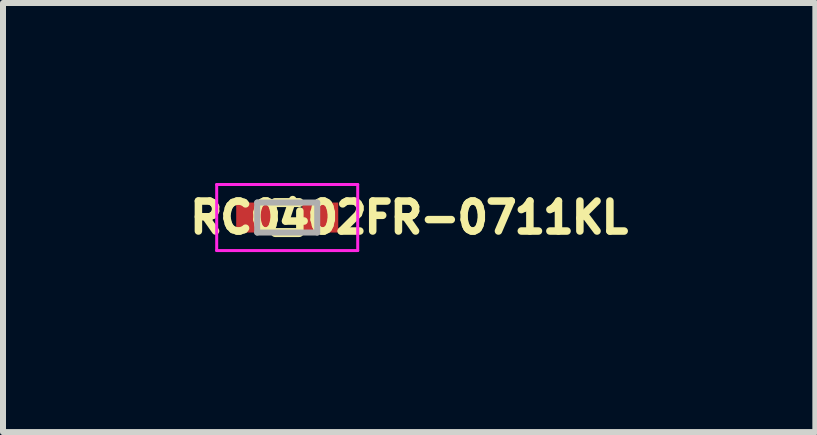
<source format=kicad_pcb>
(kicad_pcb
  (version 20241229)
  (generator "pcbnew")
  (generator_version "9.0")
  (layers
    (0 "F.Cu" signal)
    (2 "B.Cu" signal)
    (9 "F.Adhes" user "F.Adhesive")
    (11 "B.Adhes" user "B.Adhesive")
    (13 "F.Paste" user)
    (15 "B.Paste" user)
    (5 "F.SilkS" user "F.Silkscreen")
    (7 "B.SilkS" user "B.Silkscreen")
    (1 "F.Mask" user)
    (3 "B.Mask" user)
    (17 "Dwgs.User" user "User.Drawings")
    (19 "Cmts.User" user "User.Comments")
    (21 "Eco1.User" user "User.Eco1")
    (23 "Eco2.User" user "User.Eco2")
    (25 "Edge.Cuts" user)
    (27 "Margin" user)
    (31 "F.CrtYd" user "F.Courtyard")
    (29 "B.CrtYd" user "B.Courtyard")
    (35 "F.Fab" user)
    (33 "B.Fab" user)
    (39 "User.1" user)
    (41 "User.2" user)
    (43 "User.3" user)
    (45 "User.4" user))
  (footprint "RC0402FR-0711KL"
    (layer "F.Cu")
    (at 1.736 0.575)
    (property "Reference" "RC0402FR-0711KL" (at 2.032 0 0) (layer "F.SilkS") (effects (font (size 0.5 0.5) (thickness 0.125))))
    (attr smd)
    (fp_line (start -0.2 -0.25) (end 0.2 -0.25) (stroke (width 0.15) (type solid)) (layer "F.SilkS"))
    (fp_line (start -0.2 0.25) (end 0.2 0.25) (stroke (width 0.15) (type solid)) (layer "F.SilkS"))
    (fp_line (start -1.175 -0.55) (end 1.175 -0.55) (stroke (width 0.05) (type solid)) (layer "F.CrtYd"))
    (fp_line (start -1.175 0.55) (end -1.175 -0.55) (stroke (width 0.05) (type solid)) (layer "F.CrtYd"))
    (fp_line (start 1.175 -0.55) (end 1.175 0.55) (stroke (width 0.05) (type solid)) (layer "F.CrtYd"))
    (fp_line (start 1.175 0.55) (end -1.175 0.55) (stroke (width 0.05) (type solid)) (layer "F.CrtYd"))
    (fp_line (start -0.5 -0.25) (end 0.5 -0.25) (stroke (width 0.1) (type solid)) (layer "F.Fab"))
    (fp_line (start -0.5 0.25) (end -0.5 -0.25) (stroke (width 0.1) (type solid)) (layer "F.Fab"))
    (fp_line (start 0.5 -0.25) (end 0.5 0.25) (stroke (width 0.1) (type solid)) (layer "F.Fab"))
    (fp_line (start 0.5 0.25) (end -0.5 0.25) (stroke (width 0.1) (type solid)) (layer "F.Fab"))
    (pad "1" smd rect (at -0.55 0) (size 0.6 0.5) (layers "F.Cu" "F.Mask" "F.Paste"))
    (pad "2" smd rect (at 0.55 0) (size 0.6 0.5) (layers "F.Cu" "F.Mask" "F.Paste")))
  (gr_rect
    (start -3 -3)
    (end 10.537 4.15)
    (stroke (width 0.1) (type default))
    (fill no)
    (layer "Edge.Cuts")))
</source>
